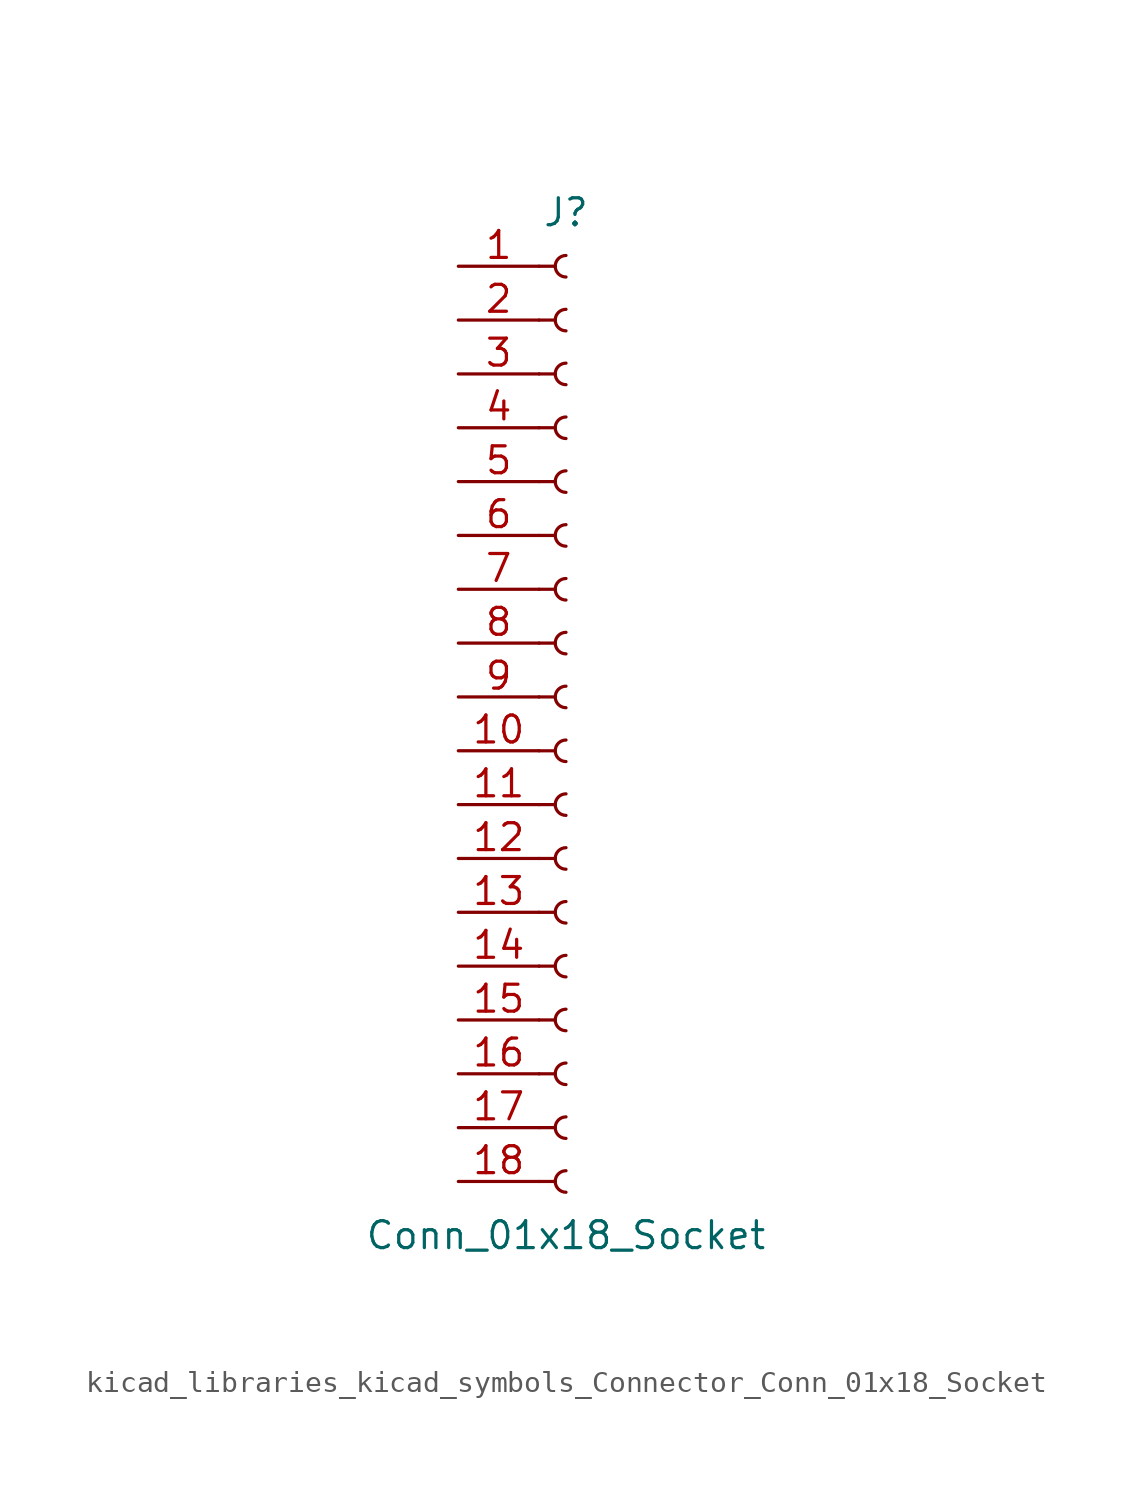
<source format=kicad_sym>
(kicad_symbol_lib
  (version 20220914)
  (generator kicad_symbol_editor)
  (symbol "kicad_libraries_kicad_symbols_Connector_Conn_01x18_Socket"
    (pin_names
      (offset 1.016) hide)
    (property "Reference" "J"
      (at 0 22.86 0)
      (effects (font (size 1.27 1.27))))
    (property "Value" "Conn_01x18_Socket"
      (at 0 -25.4 0)
      (effects (font (size 1.27 1.27))))
    (property "ki_locked" ""
      (at 0 0 0)
      (effects (font (size 1.27 1.27))))
    (symbol "kicad_libraries_kicad_symbols_Connector_Conn_01x18_Socket_1_1"
      (arc (start 0 -22.352) (mid -0.5058 -22.86) (end 0 -23.368) (stroke (width 0.1524) (type default)) (fill (type none)))
      (arc (start 0 -19.812) (mid -0.5058 -20.32) (end 0 -20.828) (stroke (width 0.1524) (type default)) (fill (type none)))
      (arc (start 0 -17.272) (mid -0.5058 -17.78) (end 0 -18.288) (stroke (width 0.1524) (type default)) (fill (type none)))
      (arc (start 0 -14.732) (mid -0.5058 -15.24) (end 0 -15.748) (stroke (width 0.1524) (type default)) (fill (type none)))
      (arc (start 0 -12.192) (mid -0.5058 -12.7) (end 0 -13.208) (stroke (width 0.1524) (type default)) (fill (type none)))
      (arc (start 0 -9.652) (mid -0.5058 -10.16) (end 0 -10.668) (stroke (width 0.1524) (type default)) (fill (type none)))
      (arc (start 0 -7.112) (mid -0.5058 -7.62) (end 0 -8.128) (stroke (width 0.1524) (type default)) (fill (type none)))
      (arc (start 0 -4.572) (mid -0.5058 -5.08) (end 0 -5.588) (stroke (width 0.1524) (type default)) (fill (type none)))
      (arc (start 0 -2.032) (mid -0.5058 -2.54) (end 0 -3.048) (stroke (width 0.1524) (type default)) (fill (type none)))
      (polyline (pts (xy -1.27 -22.86) (xy -0.508 -22.86)) (stroke (width 0.152) (type default)) (fill (type none)))
      (polyline (pts (xy -1.27 -20.32) (xy -0.508 -20.32)) (stroke (width 0.152) (type default)) (fill (type none)))
      (polyline (pts (xy -1.27 -17.78) (xy -0.508 -17.78)) (stroke (width 0.152) (type default)) (fill (type none)))
      (polyline (pts (xy -1.27 -15.24) (xy -0.508 -15.24)) (stroke (width 0.152) (type default)) (fill (type none)))
      (polyline (pts (xy -1.27 -12.7) (xy -0.508 -12.7)) (stroke (width 0.152) (type default)) (fill (type none)))
      (polyline (pts (xy -1.27 -10.16) (xy -0.508 -10.16)) (stroke (width 0.152) (type default)) (fill (type none)))
      (polyline (pts (xy -1.27 -7.62) (xy -0.508 -7.62)) (stroke (width 0.152) (type default)) (fill (type none)))
      (polyline (pts (xy -1.27 -5.08) (xy -0.508 -5.08)) (stroke (width 0.152) (type default)) (fill (type none)))
      (polyline (pts (xy -1.27 -2.54) (xy -0.508 -2.54)) (stroke (width 0.152) (type default)) (fill (type none)))
      (polyline (pts (xy -1.27 0) (xy -0.508 0)) (stroke (width 0.152) (type default)) (fill (type none)))
      (polyline (pts (xy -1.27 2.54) (xy -0.508 2.54)) (stroke (width 0.152) (type default)) (fill (type none)))
      (polyline (pts (xy -1.27 5.08) (xy -0.508 5.08)) (stroke (width 0.152) (type default)) (fill (type none)))
      (polyline (pts (xy -1.27 7.62) (xy -0.508 7.62)) (stroke (width 0.152) (type default)) (fill (type none)))
      (polyline (pts (xy -1.27 10.16) (xy -0.508 10.16)) (stroke (width 0.152) (type default)) (fill (type none)))
      (polyline (pts (xy -1.27 12.7) (xy -0.508 12.7)) (stroke (width 0.152) (type default)) (fill (type none)))
      (polyline (pts (xy -1.27 15.24) (xy -0.508 15.24)) (stroke (width 0.152) (type default)) (fill (type none)))
      (polyline (pts (xy -1.27 17.78) (xy -0.508 17.78)) (stroke (width 0.152) (type default)) (fill (type none)))
      (polyline (pts (xy -1.27 20.32) (xy -0.508 20.32)) (stroke (width 0.152) (type default)) (fill (type none)))
      (arc (start 0 0.508) (mid -0.5058 0) (end 0 -0.508) (stroke (width 0.1524) (type default)) (fill (type none)))
      (arc (start 0 3.048) (mid -0.5058 2.54) (end 0 2.032) (stroke (width 0.1524) (type default)) (fill (type none)))
      (arc (start 0 5.588) (mid -0.5058 5.08) (end 0 4.572) (stroke (width 0.1524) (type default)) (fill (type none)))
      (arc (start 0 8.128) (mid -0.5058 7.62) (end 0 7.112) (stroke (width 0.1524) (type default)) (fill (type none)))
      (arc (start 0 10.668) (mid -0.5058 10.16) (end 0 9.652) (stroke (width 0.1524) (type default)) (fill (type none)))
      (arc (start 0 13.208) (mid -0.5058 12.7) (end 0 12.192) (stroke (width 0.1524) (type default)) (fill (type none)))
      (arc (start 0 15.748) (mid -0.5058 15.24) (end 0 14.732) (stroke (width 0.1524) (type default)) (fill (type none)))
      (arc (start 0 18.288) (mid -0.5058 17.78) (end 0 17.272) (stroke (width 0.1524) (type default)) (fill (type none)))
      (arc (start 0 20.828) (mid -0.5058 20.32) (end 0 19.812) (stroke (width 0.1524) (type default)) (fill (type none)))
      (pin passive line (at -5.08 20.32 0) (length 3.81) (name "Pin_1" (effects (font (size 1.27 1.27)))) (number "1" (effects (font (size 1.27 1.27)))))
      (pin passive line (at -5.08 -2.54 0) (length 3.81) (name "Pin_10" (effects (font (size 1.27 1.27)))) (number "10" (effects (font (size 1.27 1.27)))))
      (pin passive line (at -5.08 -5.08 0) (length 3.81) (name "Pin_11" (effects (font (size 1.27 1.27)))) (number "11" (effects (font (size 1.27 1.27)))))
      (pin passive line (at -5.08 -7.62 0) (length 3.81) (name "Pin_12" (effects (font (size 1.27 1.27)))) (number "12" (effects (font (size 1.27 1.27)))))
      (pin passive line (at -5.08 -10.16 0) (length 3.81) (name "Pin_13" (effects (font (size 1.27 1.27)))) (number "13" (effects (font (size 1.27 1.27)))))
      (pin passive line (at -5.08 -12.7 0) (length 3.81) (name "Pin_14" (effects (font (size 1.27 1.27)))) (number "14" (effects (font (size 1.27 1.27)))))
      (pin passive line (at -5.08 -15.24 0) (length 3.81) (name "Pin_15" (effects (font (size 1.27 1.27)))) (number "15" (effects (font (size 1.27 1.27)))))
      (pin passive line (at -5.08 -17.78 0) (length 3.81) (name "Pin_16" (effects (font (size 1.27 1.27)))) (number "16" (effects (font (size 1.27 1.27)))))
      (pin passive line (at -5.08 -20.32 0) (length 3.81) (name "Pin_17" (effects (font (size 1.27 1.27)))) (number "17" (effects (font (size 1.27 1.27)))))
      (pin passive line (at -5.08 -22.86 0) (length 3.81) (name "Pin_18" (effects (font (size 1.27 1.27)))) (number "18" (effects (font (size 1.27 1.27)))))
      (pin passive line (at -5.08 17.78 0) (length 3.81) (name "Pin_2" (effects (font (size 1.27 1.27)))) (number "2" (effects (font (size 1.27 1.27)))))
      (pin passive line (at -5.08 15.24 0) (length 3.81) (name "Pin_3" (effects (font (size 1.27 1.27)))) (number "3" (effects (font (size 1.27 1.27)))))
      (pin passive line (at -5.08 12.7 0) (length 3.81) (name "Pin_4" (effects (font (size 1.27 1.27)))) (number "4" (effects (font (size 1.27 1.27)))))
      (pin passive line (at -5.08 10.16 0) (length 3.81) (name "Pin_5" (effects (font (size 1.27 1.27)))) (number "5" (effects (font (size 1.27 1.27)))))
      (pin passive line (at -5.08 7.62 0) (length 3.81) (name "Pin_6" (effects (font (size 1.27 1.27)))) (number "6" (effects (font (size 1.27 1.27)))))
      (pin passive line (at -5.08 5.08 0) (length 3.81) (name "Pin_7" (effects (font (size 1.27 1.27)))) (number "7" (effects (font (size 1.27 1.27)))))
      (pin passive line (at -5.08 2.54 0) (length 3.81) (name "Pin_8" (effects (font (size 1.27 1.27)))) (number "8" (effects (font (size 1.27 1.27)))))
      (pin passive line (at -5.08 0 0) (length 3.81) (name "Pin_9" (effects (font (size 1.27 1.27)))) (number "9" (effects (font (size 1.27 1.27))))))))
</source>
